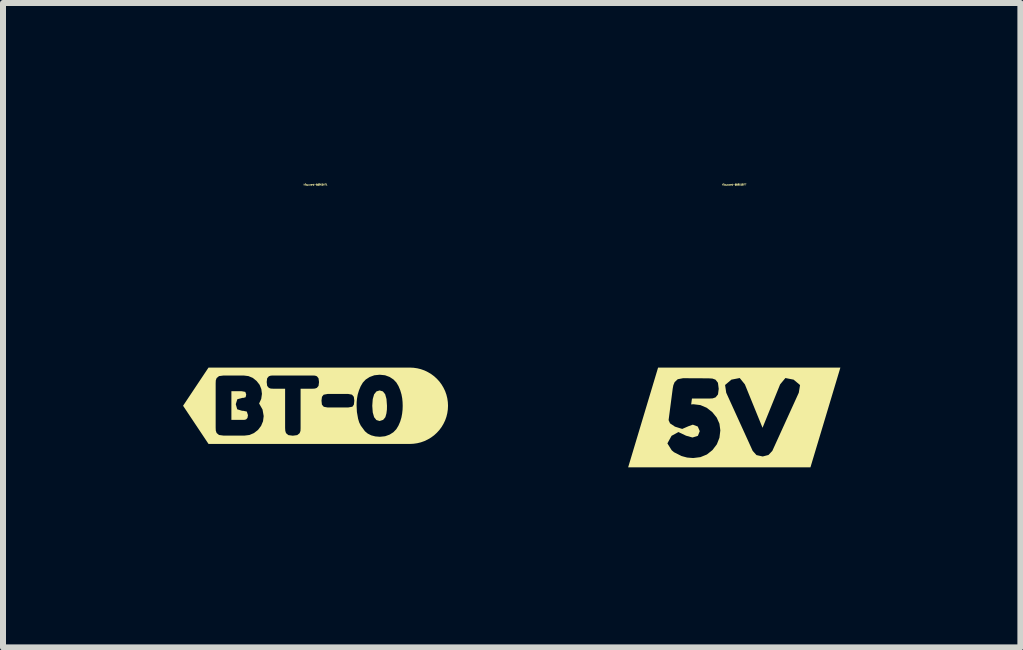
<source format=kicad_pcb>
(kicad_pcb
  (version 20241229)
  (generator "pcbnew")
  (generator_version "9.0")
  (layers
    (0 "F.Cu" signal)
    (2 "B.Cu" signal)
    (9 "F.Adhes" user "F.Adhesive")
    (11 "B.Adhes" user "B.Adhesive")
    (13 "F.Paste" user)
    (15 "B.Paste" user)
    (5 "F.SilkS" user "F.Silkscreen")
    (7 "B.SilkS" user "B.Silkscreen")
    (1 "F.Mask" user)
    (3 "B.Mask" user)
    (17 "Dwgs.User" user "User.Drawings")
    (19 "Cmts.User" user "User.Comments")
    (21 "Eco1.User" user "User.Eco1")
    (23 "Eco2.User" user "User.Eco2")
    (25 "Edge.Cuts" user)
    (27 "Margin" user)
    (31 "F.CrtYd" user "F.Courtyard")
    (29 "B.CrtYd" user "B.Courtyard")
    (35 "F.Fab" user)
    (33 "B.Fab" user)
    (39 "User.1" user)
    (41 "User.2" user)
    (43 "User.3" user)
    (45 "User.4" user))
  (footprint "kibuzzard-66915B77"
    (layer "F.Cu")
    (at 9.183 3.905)
    (property "Reference" "kibuzzard-66915B77" (at 0 -3.879 180) (layer "F.SilkS") (effects (font (size 0.025 0.025) (thickness 0.15))))
    (attr board_only exclude_from_pos_files exclude_from_bom)
    (fp_poly (pts (xy -1.114 -0.831) (xy -1.269 -0.831) (xy -1.768 0.831) (xy -1.269 0.831) (xy -1.114 0.831) (xy -0.684 0.831) (xy -0.684 0.676) (xy -0.785 0.668) (xy -0.878 0.643) (xy -1.004 0.579) (xy -1.043 0.546) (xy -1.114 0.432) (xy -1.045 0.306) (xy -0.93 0.243) (xy -0.803 0.304) (xy -0.696 0.334) (xy -0.606 0.306) (xy -0.575 0.228) (xy -0.608 0.151) (xy -0.69 0.12) (xy -0.763 0.146) (xy -0.867 0.191) (xy -0.988 0.153) (xy -1.07 0.098) (xy -1.094 0.044) (xy -1.025 -0.484) (xy -1.015 -0.537) (xy -0.994 -0.588) (xy -0.942 -0.637) (xy -0.854 -0.654) (xy -0.428 -0.652) (xy -0.364 -0.648) (xy -0.313 -0.63) (xy -0.272 -0.578) (xy -0.259 -0.477) (xy -0.271 -0.384) (xy -0.311 -0.335) (xy -0.359 -0.318) (xy -0.418 -0.315) (xy -0.705 -0.315) (xy -0.718 -0.217) (xy -0.686 -0.22) (xy -0.677 -0.22) (xy -0.564 -0.206) (xy -0.46 -0.162) (xy -0.366 -0.089) (xy -0.292 0.003) (xy -0.247 0.104) (xy -0.232 0.215) (xy -0.247 0.338) (xy -0.29 0.447) (xy -0.363 0.543) (xy -0.456 0.617) (xy -0.564 0.661) (xy -0.684 0.676) (xy -0.684 0.831) (xy 0.474 0.831) (xy 0.474 0.65) (xy 0.37 0.627) (xy 0.307 0.557) (xy -0.134 -0.412) (xy -0.153 -0.541) (xy -0.048 -0.63) (xy 0.091 -0.657) (xy 0.177 -0.551) (xy 0.471 0.172) (xy 0.764 -0.551) (xy 0.852 -0.657) (xy 0.989 -0.63) (xy 1.096 -0.54) (xy 1.075 -0.412) (xy 0.634 0.557) (xy 0.57 0.625) (xy 0.474 0.65) (xy 0.474 0.831) (xy 1.114 0.831) (xy 1.269 0.831) (xy 1.768 -0.831) (xy 1.269 -0.831) (xy 1.114 -0.831) (xy -1.114 -0.831)) (stroke (width 0) (type solid)) (fill yes) (layer "F.SilkS")))
  (footprint "kibuzzard-66915A71"
    (layer "F.Cu")
    (at 2.207 3.71)
    (property "Reference" "kibuzzard-66915A71" (at 0 -3.684 180) (layer "F.SilkS") (effects (font (size 0.025 0.025) (thickness 0.15))))
    (attr board_only exclude_from_pos_files exclude_from_bom)
    (fp_poly (pts (xy 1.067 0.254) (xy 1.126 0.235) (xy 1.163 0.191) (xy 1.181 0.127) (xy 1.189 0.064) (xy 1.19 0.006) (xy 1.19 -0.001) (xy 1.182 -0.112) (xy 1.16 -0.192) (xy 1.122 -0.239) (xy 1.068 -0.255) (xy 1.015 -0.239) (xy 0.976 -0.191) (xy 0.953 -0.111) (xy 0.945 0.001) (xy 0.953 0.111) (xy 0.976 0.191) (xy 1.014 0.238) (xy 1.067 0.254)) (stroke (width 0) (type solid)) (fill yes) (layer "F.SilkS"))
    (fp_poly (pts (xy -1.402 0.235) (xy -1.198 0.235) (xy -1.178 0.234) (xy -1.155 0.226) (xy -1.134 0.202) (xy -1.126 0.157) (xy -1.145 0.097) (xy -1.205 0.084) (xy -1.223 0.084) (xy -1.305 0.059) (xy -1.329 -0.026) (xy -1.303 -0.109) (xy -1.216 -0.132) (xy -1.199 -0.132) (xy -1.165 -0.142) (xy -1.155 -0.187) (xy -1.17 -0.231) (xy -1.229 -0.242) (xy -1.402 -0.242) (xy -1.402 0.235)) (stroke (width 0) (type solid)) (fill yes) (layer "F.SilkS"))
    (fp_poly (pts (xy -1.664 -0.636) (xy -1.783 -0.636) (xy -2.207 0) (xy -1.783 0.636) (xy -1.664 0.636) (xy -1.534 0.636) (xy -1.534 0.497) (xy -1.608 0.487) (xy -1.648 0.454) (xy -1.662 0.414) (xy -1.664 0.364) (xy -1.664 -0.374) (xy -1.662 -0.422) (xy -1.648 -0.461) (xy -1.608 -0.494) (xy -1.532 -0.504) (xy -1.198 -0.504) (xy -1.117 -0.494) (xy -1.045 -0.464) (xy -0.982 -0.413) (xy -0.932 -0.349) (xy -0.903 -0.277) (xy -0.893 -0.198) (xy -0.905 -0.114) (xy -0.94 -0.038) (xy -0.883 0.063) (xy -0.864 0.172) (xy -0.875 0.258) (xy -0.907 0.335) (xy -0.959 0.403) (xy -1.026 0.455) (xy -1.101 0.487) (xy -1.183 0.497) (xy -1.534 0.497) (xy -1.534 0.636) (xy -0.379 0.636) (xy -0.379 0.499) (xy -0.453 0.489) (xy -0.492 0.456) (xy -0.504 0.418) (xy -0.507 0.37) (xy -0.507 -0.284) (xy -0.705 -0.284) (xy -0.746 -0.286) (xy -0.778 -0.298) (xy -0.806 -0.331) (xy -0.814 -0.396) (xy -0.806 -0.458) (xy -0.778 -0.491) (xy -0.745 -0.502) (xy -0.704 -0.504) (xy -0.05 -0.504) (xy -0.009 -0.502) (xy 0.023 -0.491) (xy 0.05 -0.457) (xy 0.058 -0.394) (xy 0.05 -0.331) (xy 0.022 -0.298) (xy -0.011 -0.286) (xy -0.052 -0.284) (xy -0.249 -0.284) (xy -0.249 0.371) (xy -0.251 0.419) (xy -0.265 0.457) (xy -0.305 0.489) (xy -0.379 0.499) (xy -0.379 0.636) (xy 0.542 0.636) (xy 0.542 0.029) (xy 0.202 0.029) (xy 0.137 0.017) (xy 0.106 -0.019) (xy 0.099 -0.085) (xy 0.107 -0.149) (xy 0.134 -0.184) (xy 0.203 -0.197) (xy 0.543 -0.197) (xy 0.607 -0.185) (xy 0.638 -0.149) (xy 0.646 -0.084) (xy 0.639 -0.019) (xy 0.614 0.016) (xy 0.542 0.029) (xy 0.542 0.636) (xy 1.073 0.636) (xy 1.073 0.517) (xy 0.997 0.511) (xy 0.928 0.493) (xy 0.87 0.464) (xy 0.823 0.425) (xy 0.753 0.33) (xy 0.727 0.277) (xy 0.709 0.217) (xy 0.689 0.104) (xy 0.684 -0.001) (xy 0.685 -0.061) (xy 0.691 -0.121) (xy 0.702 -0.185) (xy 0.723 -0.255) (xy 0.752 -0.325) (xy 0.788 -0.386) (xy 0.836 -0.437) (xy 0.901 -0.479) (xy 0.98 -0.508) (xy 1.07 -0.517) (xy 1.158 -0.508) (xy 1.234 -0.48) (xy 1.298 -0.438) (xy 1.346 -0.388) (xy 1.382 -0.328) (xy 1.411 -0.259) (xy 1.432 -0.188) (xy 1.444 -0.124) (xy 1.45 -0.062) (xy 1.452 0.001) (xy 1.45 0.065) (xy 1.443 0.129) (xy 1.431 0.195) (xy 1.41 0.265) (xy 1.381 0.332) (xy 1.345 0.391) (xy 1.297 0.441) (xy 1.234 0.481) (xy 1.159 0.508) (xy 1.073 0.517) (xy 1.073 0.636) (xy 1.452 0.636) (xy 1.571 0.636) (xy 1.633 0.633) (xy 1.695 0.624) (xy 1.756 0.609) (xy 1.815 0.588) (xy 1.871 0.561) (xy 1.925 0.529) (xy 1.975 0.492) (xy 2.021 0.45) (xy 2.063 0.404) (xy 2.1 0.354) (xy 2.132 0.3) (xy 2.159 0.244) (xy 2.18 0.185) (xy 2.195 0.124) (xy 2.204 0.062) (xy 2.207 0) (xy 2.204 -0.062) (xy 2.195 -0.124) (xy 2.18 -0.185) (xy 2.159 -0.244) (xy 2.132 -0.3) (xy 2.1 -0.354) (xy 2.063 -0.404) (xy 2.021 -0.45) (xy 1.975 -0.492) (xy 1.925 -0.529) (xy 1.871 -0.561) (xy 1.815 -0.588) (xy 1.756 -0.609) (xy 1.695 -0.624) (xy 1.633 -0.633) (xy 1.571 -0.636) (xy 1.452 -0.636) (xy -1.664 -0.636)) (stroke (width 0) (type solid)) (fill yes) (layer "F.SilkS")))
  (gr_rect
    (start -3 -3)
    (end 13.95 7.736)
    (stroke (width 0.1) (type default))
    (fill no)
    (layer "Edge.Cuts")))
</source>
